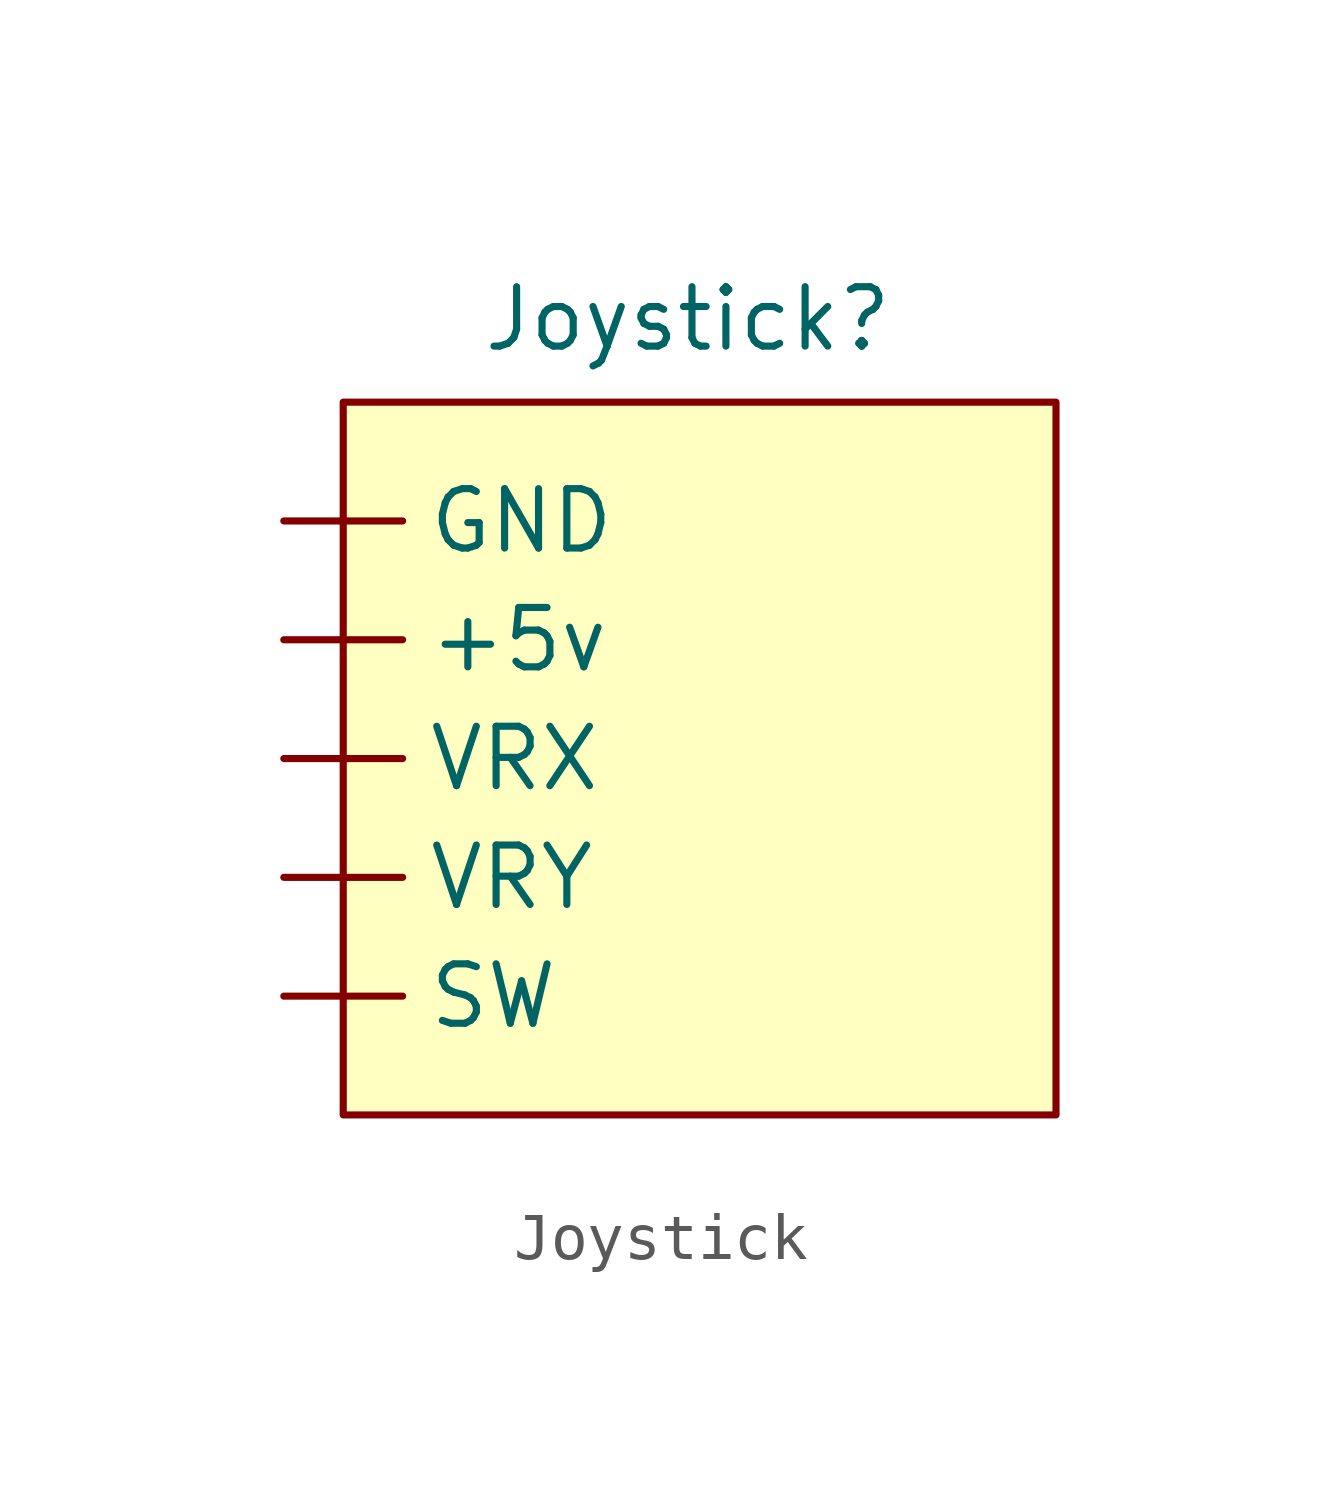
<source format=kicad_sym>
(kicad_symbol_lib
  (version 20231120)
  (generator "kicad_symbol_editor")
  (generator_version "8.0")
  (symbol "Joystick"
    (property "Reference" "Joystick"
      (at -5.334 5.588 0)
      (effects (font (size 1.27 1.27))))
    (property "Value" ""
      (at 0 0 0)
      (effects (font (size 1.27 1.27))))
    (symbol "Joystick_0_1"
      (rectangle (start -12.7 3.81) (end 2.54 -11.43) (stroke (width 0) (type default)) (fill (type background))))
    (symbol "Joystick_1_1"
      (pin power_in line (at -13.97 -1.27 0) (length 2.54) (name "+5v" (effects (font (size 1.27 1.27)))) (number "" (effects (font (size 1.27 1.27)))))
      (pin power_in line (at -13.97 1.27 0) (length 2.54) (name "GND" (effects (font (size 1.27 1.27)))) (number "" (effects (font (size 1.27 1.27)))))
      (pin output line (at -13.97 -8.89 0) (length 2.54) (name "SW" (effects (font (size 1.27 1.27)))) (number "" (effects (font (size 1.27 1.27)))))
      (pin output line (at -13.97 -3.81 0) (length 2.54) (name "VRX" (effects (font (size 1.27 1.27)))) (number "" (effects (font (size 1.27 1.27)))))
      (pin output line (at -13.97 -6.35 0) (length 2.54) (name "VRY" (effects (font (size 1.27 1.27)))) (number "" (effects (font (size 1.27 1.27))))))))
</source>
